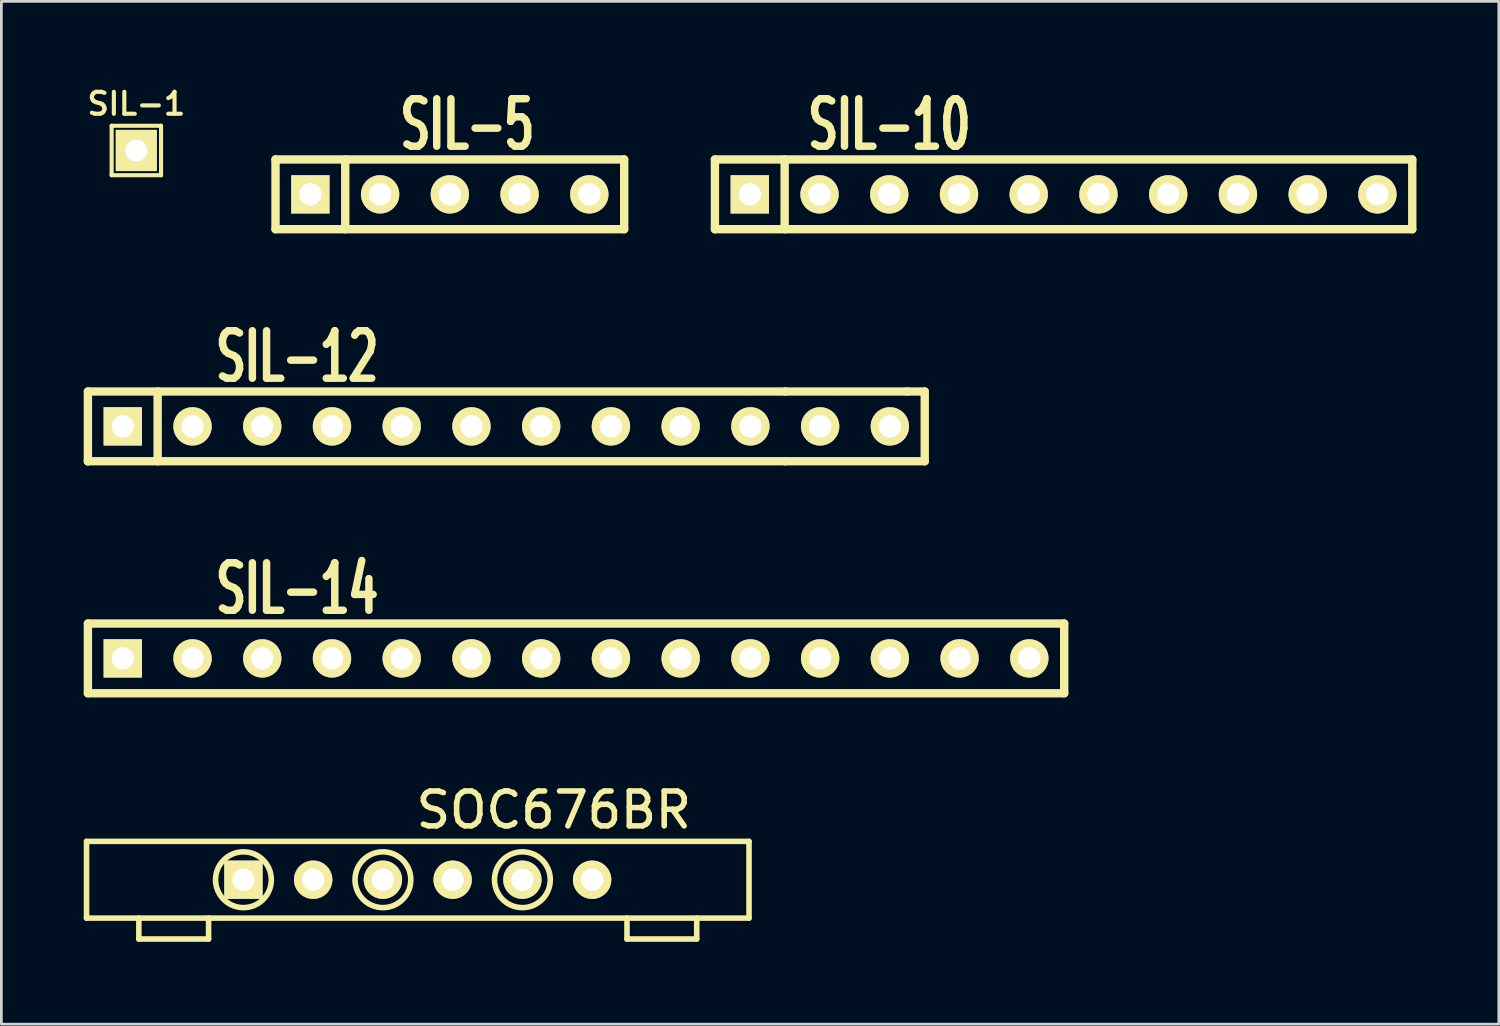
<source format=kicad_pcb>
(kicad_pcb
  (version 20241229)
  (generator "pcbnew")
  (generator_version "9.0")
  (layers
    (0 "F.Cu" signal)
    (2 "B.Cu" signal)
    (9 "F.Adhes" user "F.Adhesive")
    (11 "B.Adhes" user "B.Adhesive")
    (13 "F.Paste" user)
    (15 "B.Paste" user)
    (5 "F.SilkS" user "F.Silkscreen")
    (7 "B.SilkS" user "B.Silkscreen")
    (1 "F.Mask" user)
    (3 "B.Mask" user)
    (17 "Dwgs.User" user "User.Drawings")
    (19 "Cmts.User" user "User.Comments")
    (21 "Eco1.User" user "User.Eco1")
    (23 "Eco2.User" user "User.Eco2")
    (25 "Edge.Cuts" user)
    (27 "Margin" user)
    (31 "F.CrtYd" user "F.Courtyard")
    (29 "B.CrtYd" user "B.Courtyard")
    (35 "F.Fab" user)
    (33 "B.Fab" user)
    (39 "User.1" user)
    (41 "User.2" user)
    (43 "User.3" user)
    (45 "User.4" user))
  (footprint "SOC676BR"
    (layer "F.Cu")
    (at 12.167 28.993)
    (property "Reference" "SOC676BR" (at 4.953 -2.54 0) (layer "F.SilkS") (effects (font (size 1.27 1.27) (thickness 0.203))))
    (attr through_hole)
    (fp_line (start -12.065 -1.397) (end 12.065 -1.397) (stroke (width 0.203) (type solid)) (layer "F.SilkS"))
    (fp_line (start -12.065 1.397) (end -12.065 -1.397) (stroke (width 0.203) (type solid)) (layer "F.SilkS"))
    (fp_line (start -10.16 2.159) (end -10.16 1.397) (stroke (width 0.203) (type solid)) (layer "F.SilkS"))
    (fp_line (start -7.62 2.159) (end -10.16 2.159) (stroke (width 0.203) (type solid)) (layer "F.SilkS"))
    (fp_line (start -7.62 2.159) (end -7.62 1.397) (stroke (width 0.203) (type solid)) (layer "F.SilkS"))
    (fp_line (start 7.62 1.397) (end 7.62 2.159) (stroke (width 0.203) (type solid)) (layer "F.SilkS"))
    (fp_line (start 7.62 2.159) (end 10.16 2.159) (stroke (width 0.203) (type solid)) (layer "F.SilkS"))
    (fp_line (start 10.16 2.159) (end 10.16 1.397) (stroke (width 0.203) (type solid)) (layer "F.SilkS"))
    (fp_line (start 12.065 -1.397) (end 12.065 1.397) (stroke (width 0.203) (type solid)) (layer "F.SilkS"))
    (fp_line (start 12.065 1.397) (end -12.065 1.397) (stroke (width 0.203) (type solid)) (layer "F.SilkS"))
    (fp_circle (center -6.35 0) (end -6.35 -1.016) (stroke (width 0.203) (type solid)) (fill no) (layer "F.SilkS"))
    (fp_circle (center -1.27 0) (end -1.27 -1.016) (stroke (width 0.203) (type solid)) (fill no) (layer "F.SilkS"))
    (fp_circle (center 3.81 0) (end 3.81 -1.016) (stroke (width 0.203) (type solid)) (fill no) (layer "F.SilkS"))
    (pad "1" thru_hole rect (at -6.35 0) (size 1.397 1.397) (drill 0.813) (layers "*.Cu" "*.Mask" "F.SilkS"))
    (pad "2" thru_hole circle (at -3.81 0) (size 1.397 1.397) (drill 0.813) (layers "*.Cu" "*.Mask" "F.SilkS"))
    (pad "3" thru_hole circle (at -1.27 0) (size 1.397 1.397) (drill 0.813) (layers "*.Cu" "*.Mask" "F.SilkS"))
    (pad "4" thru_hole circle (at 1.27 0) (size 1.397 1.397) (drill 0.813) (layers "*.Cu" "*.Mask" "F.SilkS"))
    (pad "5" thru_hole circle (at 3.81 0) (size 1.397 1.397) (drill 0.813) (layers "*.Cu" "*.Mask" "F.SilkS"))
    (pad "6" thru_hole circle (at 6.35 0) (size 1.397 1.397) (drill 0.813) (layers "*.Cu" "*.Mask" "F.SilkS")))
  (footprint "SIL-1"
    (layer "F.Cu")
    (at 1.916 2.431)
    (property "Reference" "SIL-1" (at 0 -1.7 0) (layer "F.SilkS") (effects (font (size 0.8 0.8) (thickness 0.15))))
    (attr through_hole)
    (fp_line (start -0.9 -0.9) (end 0.9 -0.9) (stroke (width 0.15) (type solid)) (layer "F.SilkS"))
    (fp_line (start -0.9 0.9) (end -0.9 -0.9) (stroke (width 0.15) (type solid)) (layer "F.SilkS"))
    (fp_line (start 0.9 -0.9) (end 0.9 0.9) (stroke (width 0.15) (type solid)) (layer "F.SilkS"))
    (fp_line (start 0.9 0.9) (end -0.9 0.9) (stroke (width 0.15) (type solid)) (layer "F.SilkS"))
    (pad "1" thru_hole rect (at 0 0) (size 1.5 1.5) (drill 0.8) (layers "*.Cu" "*.Mask" "F.SilkS")))
  (footprint "SIL-5"
    (layer "F.Cu")
    (at 14.605 4.029)
    (property "Reference" "SIL-5" (at -0.635 -2.54 0) (layer "F.SilkS") (effects (font (size 1.73 1.087) (thickness 0.305))))
    (attr through_hole)
    (fp_line (start -7.62 -1.27) (end 5.08 -1.27) (stroke (width 0.305) (type solid)) (layer "F.SilkS"))
    (fp_line (start -7.62 1.27) (end -7.62 -1.27) (stroke (width 0.305) (type solid)) (layer "F.SilkS"))
    (fp_line (start -5.08 1.27) (end -5.08 -1.27) (stroke (width 0.305) (type solid)) (layer "F.SilkS"))
    (fp_line (start 5.08 -1.27) (end 5.08 1.27) (stroke (width 0.305) (type solid)) (layer "F.SilkS"))
    (fp_line (start 5.08 1.27) (end -7.62 1.27) (stroke (width 0.305) (type solid)) (layer "F.SilkS"))
    (pad "1" thru_hole rect (at -6.35 0) (size 1.397 1.397) (drill 0.813) (layers "*.Cu" "*.Mask" "F.SilkS"))
    (pad "2" thru_hole circle (at -3.81 0) (size 1.397 1.397) (drill 0.813) (layers "*.Cu" "*.Mask" "F.SilkS"))
    (pad "3" thru_hole circle (at -1.27 0) (size 1.397 1.397) (drill 0.813) (layers "*.Cu" "*.Mask" "F.SilkS"))
    (pad "4" thru_hole circle (at 1.27 0) (size 1.397 1.397) (drill 0.813) (layers "*.Cu" "*.Mask" "F.SilkS"))
    (pad "5" thru_hole circle (at 3.81 0) (size 1.397 1.397) (drill 0.813) (layers "*.Cu" "*.Mask" "F.SilkS")))
  (footprint "SIL-10"
    (layer "F.Cu")
    (at 35.69 4.029)
    (property "Reference" "SIL-10" (at -6.35 -2.54 0) (layer "F.SilkS") (effects (font (size 1.73 1.087) (thickness 0.305))))
    (attr through_hole)
    (fp_line (start -12.7 -1.27) (end 12.7 -1.27) (stroke (width 0.305) (type solid)) (layer "F.SilkS"))
    (fp_line (start -12.7 1.27) (end -12.7 -1.27) (stroke (width 0.305) (type solid)) (layer "F.SilkS"))
    (fp_line (start -10.16 1.27) (end -10.16 -1.27) (stroke (width 0.305) (type solid)) (layer "F.SilkS"))
    (fp_line (start 12.7 -1.27) (end 12.7 1.27) (stroke (width 0.305) (type solid)) (layer "F.SilkS"))
    (fp_line (start 12.7 1.27) (end -12.7 1.27) (stroke (width 0.305) (type solid)) (layer "F.SilkS"))
    (pad "1" thru_hole rect (at -11.43 0) (size 1.397 1.397) (drill 0.813) (layers "*.Cu" "*.Mask" "F.SilkS"))
    (pad "2" thru_hole circle (at -8.89 0) (size 1.397 1.397) (drill 0.813) (layers "*.Cu" "*.Mask" "F.SilkS"))
    (pad "3" thru_hole circle (at -6.35 0) (size 1.397 1.397) (drill 0.813) (layers "*.Cu" "*.Mask" "F.SilkS"))
    (pad "4" thru_hole circle (at -3.81 0) (size 1.397 1.397) (drill 0.813) (layers "*.Cu" "*.Mask" "F.SilkS"))
    (pad "5" thru_hole circle (at -1.27 0) (size 1.397 1.397) (drill 0.813) (layers "*.Cu" "*.Mask" "F.SilkS"))
    (pad "6" thru_hole circle (at 1.27 0) (size 1.397 1.397) (drill 0.813) (layers "*.Cu" "*.Mask" "F.SilkS"))
    (pad "7" thru_hole circle (at 3.81 0) (size 1.397 1.397) (drill 0.813) (layers "*.Cu" "*.Mask" "F.SilkS"))
    (pad "8" thru_hole circle (at 6.35 0) (size 1.397 1.397) (drill 0.813) (layers "*.Cu" "*.Mask" "F.SilkS"))
    (pad "9" thru_hole circle (at 8.89 0) (size 1.397 1.397) (drill 0.813) (layers "*.Cu" "*.Mask" "F.SilkS"))
    (pad "10" thru_hole circle (at 11.43 0) (size 1.397 1.397) (drill 0.813) (layers "*.Cu" "*.Mask" "F.SilkS")))
  (footprint "SIL-12"
    (layer "F.Cu")
    (at 15.392 12.48)
    (property "Reference" "SIL-12" (at -7.62 -2.54 0) (layer "F.SilkS") (effects (font (size 1.73 1.087) (thickness 0.305))))
    (attr through_hole)
    (fp_line (start -15.24 -1.27) (end 10.16 -1.27) (stroke (width 0.305) (type solid)) (layer "F.SilkS"))
    (fp_line (start -15.24 1.27) (end -15.24 -1.27) (stroke (width 0.305) (type solid)) (layer "F.SilkS"))
    (fp_line (start -15.24 1.27) (end -15.24 1.27) (stroke (width 0.305) (type solid)) (layer "F.SilkS"))
    (fp_line (start -12.7 1.27) (end -12.7 -1.27) (stroke (width 0.305) (type solid)) (layer "F.SilkS"))
    (fp_line (start 10.16 -1.27) (end 14.605 -1.27) (stroke (width 0.305) (type solid)) (layer "F.SilkS"))
    (fp_line (start 10.16 1.27) (end -15.24 1.27) (stroke (width 0.305) (type solid)) (layer "F.SilkS"))
    (fp_line (start 14.605 -1.27) (end 15.24 -1.27) (stroke (width 0.305) (type solid)) (layer "F.SilkS"))
    (fp_line (start 15.24 -1.27) (end 15.24 1.27) (stroke (width 0.305) (type solid)) (layer "F.SilkS"))
    (fp_line (start 15.24 1.27) (end 10.16 1.27) (stroke (width 0.305) (type solid)) (layer "F.SilkS"))
    (pad "1" thru_hole rect (at -13.97 0) (size 1.397 1.397) (drill 0.813) (layers "*.Cu" "*.Mask" "F.SilkS"))
    (pad "2" thru_hole circle (at -11.43 0) (size 1.397 1.397) (drill 0.813) (layers "*.Cu" "*.Mask" "F.SilkS"))
    (pad "3" thru_hole circle (at -8.89 0) (size 1.397 1.397) (drill 0.813) (layers "*.Cu" "*.Mask" "F.SilkS"))
    (pad "4" thru_hole circle (at -6.35 0) (size 1.397 1.397) (drill 0.813) (layers "*.Cu" "*.Mask" "F.SilkS"))
    (pad "5" thru_hole circle (at -3.81 0) (size 1.397 1.397) (drill 0.813) (layers "*.Cu" "*.Mask" "F.SilkS"))
    (pad "6" thru_hole circle (at -1.27 0) (size 1.397 1.397) (drill 0.813) (layers "*.Cu" "*.Mask" "F.SilkS"))
    (pad "7" thru_hole circle (at 1.27 0) (size 1.397 1.397) (drill 0.813) (layers "*.Cu" "*.Mask" "F.SilkS"))
    (pad "8" thru_hole circle (at 3.81 0) (size 1.397 1.397) (drill 0.813) (layers "*.Cu" "*.Mask" "F.SilkS"))
    (pad "9" thru_hole circle (at 6.35 0) (size 1.397 1.397) (drill 0.813) (layers "*.Cu" "*.Mask" "F.SilkS"))
    (pad "10" thru_hole circle (at 8.89 0) (size 1.397 1.397) (drill 0.813) (layers "*.Cu" "*.Mask" "F.SilkS"))
    (pad "11" thru_hole circle (at 11.43 0) (size 1.397 1.397) (drill 0.813) (layers "*.Cu" "*.Mask" "F.SilkS"))
    (pad "12" thru_hole circle (at 13.97 0) (size 1.397 1.397) (drill 0.813) (layers "*.Cu" "*.Mask" "F.SilkS")))
  (footprint "SIL-14"
    (layer "F.Cu")
    (at 17.932 20.931)
    (property "Reference" "SIL-14" (at -10.16 -2.54 0) (layer "F.SilkS") (effects (font (size 1.73 1.087) (thickness 0.305))))
    (attr through_hole)
    (fp_line (start -17.78 -1.27) (end 17.78 -1.27) (stroke (width 0.305) (type solid)) (layer "F.SilkS"))
    (fp_line (start -17.78 1.27) (end -17.78 -1.27) (stroke (width 0.305) (type solid)) (layer "F.SilkS"))
    (fp_line (start 17.78 -1.27) (end 17.78 1.27) (stroke (width 0.305) (type solid)) (layer "F.SilkS"))
    (fp_line (start 17.78 1.27) (end -17.78 1.27) (stroke (width 0.305) (type solid)) (layer "F.SilkS"))
    (pad "1" thru_hole rect (at -16.51 0) (size 1.397 1.397) (drill 0.813) (layers "*.Cu" "*.Mask" "F.SilkS"))
    (pad "2" thru_hole circle (at -13.97 0) (size 1.397 1.397) (drill 0.813) (layers "*.Cu" "*.Mask" "F.SilkS"))
    (pad "3" thru_hole circle (at -11.43 0) (size 1.397 1.397) (drill 0.813) (layers "*.Cu" "*.Mask" "F.SilkS"))
    (pad "4" thru_hole circle (at -8.89 0) (size 1.397 1.397) (drill 0.813) (layers "*.Cu" "*.Mask" "F.SilkS"))
    (pad "5" thru_hole circle (at -6.35 0) (size 1.397 1.397) (drill 0.813) (layers "*.Cu" "*.Mask" "F.SilkS"))
    (pad "6" thru_hole circle (at -3.81 0) (size 1.397 1.397) (drill 0.813) (layers "*.Cu" "*.Mask" "F.SilkS"))
    (pad "7" thru_hole circle (at -1.27 0) (size 1.397 1.397) (drill 0.813) (layers "*.Cu" "*.Mask" "F.SilkS"))
    (pad "8" thru_hole circle (at 1.27 0) (size 1.397 1.397) (drill 0.813) (layers "*.Cu" "*.Mask" "F.SilkS"))
    (pad "9" thru_hole circle (at 3.81 0) (size 1.397 1.397) (drill 0.813) (layers "*.Cu" "*.Mask" "F.SilkS"))
    (pad "10" thru_hole circle (at 6.35 0) (size 1.397 1.397) (drill 0.813) (layers "*.Cu" "*.Mask" "F.SilkS"))
    (pad "11" thru_hole circle (at 8.89 0) (size 1.397 1.397) (drill 0.813) (layers "*.Cu" "*.Mask" "F.SilkS"))
    (pad "12" thru_hole circle (at 11.43 0) (size 1.397 1.397) (drill 0.813) (layers "*.Cu" "*.Mask" "F.SilkS"))
    (pad "13" thru_hole circle (at 13.97 0) (size 1.397 1.397) (drill 0.813) (layers "*.Cu" "*.Mask" "F.SilkS"))
    (pad "14" thru_hole circle (at 16.51 0) (size 1.397 1.397) (drill 0.813) (layers "*.Cu" "*.Mask" "F.SilkS")))
  (gr_rect
    (start -3 -3)
    (end 51.542 34.254)
    (stroke (width 0.1) (type default))
    (fill no)
    (layer "Edge.Cuts")))
</source>
